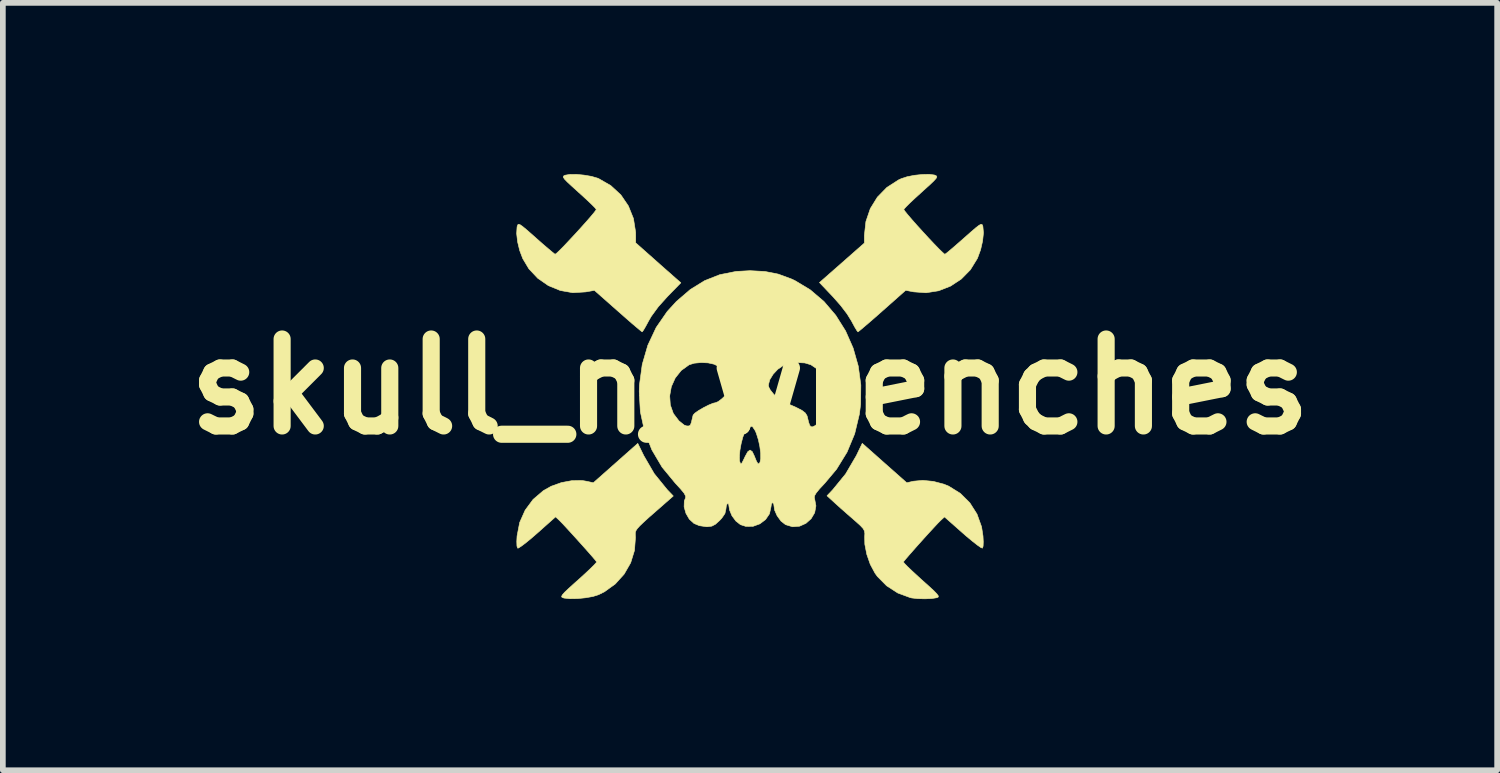
<source format=kicad_pcb>
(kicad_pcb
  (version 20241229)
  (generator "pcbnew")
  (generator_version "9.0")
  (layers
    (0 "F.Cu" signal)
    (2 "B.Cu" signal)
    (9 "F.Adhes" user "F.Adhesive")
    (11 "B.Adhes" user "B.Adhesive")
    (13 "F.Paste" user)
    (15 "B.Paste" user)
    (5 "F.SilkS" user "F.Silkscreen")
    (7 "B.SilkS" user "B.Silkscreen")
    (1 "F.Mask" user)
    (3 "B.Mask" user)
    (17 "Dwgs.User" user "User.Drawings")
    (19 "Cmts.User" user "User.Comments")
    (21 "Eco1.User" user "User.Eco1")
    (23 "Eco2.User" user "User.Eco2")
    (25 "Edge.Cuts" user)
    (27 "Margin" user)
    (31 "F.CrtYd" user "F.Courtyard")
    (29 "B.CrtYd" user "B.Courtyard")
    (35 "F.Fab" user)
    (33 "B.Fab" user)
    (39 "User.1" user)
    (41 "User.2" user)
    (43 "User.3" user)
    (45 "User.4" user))
  (footprint "skull_n_wrenches"
    (layer "F.Cu")
    (at 10.095 3.726)
    (property "Reference" "skull_n_wrenches" (at 0 0 0) (layer "F.SilkS") (effects (font (size 1.524 1.524) (thickness 0.3))))
    (attr through_hole)
    (fp_poly (pts (xy -1.862 1.21) (xy -1.679 1.525) (xy -1.451 1.806) (xy -1.445 1.812) (xy -1.345 1.917) (xy -1.483 2.038) (xy -1.646 2.181) (xy -1.773 2.292) (xy -1.866 2.377) (xy -1.932 2.44) (xy -1.975 2.487) (xy -1.999 2.524) (xy -2.01 2.556) (xy -2.011 2.589) (xy -2.009 2.628) (xy -2.008 2.644) (xy -2.025 2.871) (xy -2.092 3.088) (xy -2.206 3.286) (xy -2.361 3.458) (xy -2.552 3.596) (xy -2.653 3.646) (xy -2.753 3.678) (xy -2.885 3.701) (xy -3.026 3.715) (xy -3.157 3.717) (xy -3.259 3.706) (xy -3.272 3.702) (xy -3.296 3.692) (xy -3.303 3.676) (xy -3.288 3.648) (xy -3.248 3.603) (xy -3.176 3.535) (xy -3.069 3.438) (xy -3.011 3.387) (xy -2.899 3.285) (xy -2.804 3.196) (xy -2.733 3.126) (xy -2.694 3.083) (xy -2.688 3.073) (xy -2.709 3.044) (xy -2.761 2.983) (xy -2.835 2.898) (xy -2.925 2.797) (xy -3.022 2.689) (xy -3.119 2.582) (xy -3.208 2.485) (xy -3.281 2.406) (xy -3.331 2.355) (xy -3.338 2.348) (xy -3.408 2.282) (xy -3.726 2.565) (xy -3.839 2.663) (xy -3.937 2.743) (xy -4.015 2.801) (xy -4.062 2.83) (xy -4.072 2.831) (xy -4.085 2.795) (xy -4.088 2.715) (xy -4.083 2.618) (xy -4.037 2.381) (xy -3.941 2.165) (xy -3.802 1.977) (xy -3.623 1.824) (xy -3.485 1.746) (xy -3.306 1.682) (xy -3.117 1.647) (xy -2.939 1.646) (xy -2.862 1.659) (xy -2.746 1.685) (xy -1.967 0.995) (xy -1.862 1.21)) (stroke (width 0.01) (type solid)) (fill yes) (layer "F.SilkS"))
    (fp_poly (pts (xy 2.357 1.34) (xy 2.747 1.685) (xy 2.862 1.658) (xy 3.027 1.643) (xy 3.213 1.661) (xy 3.399 1.71) (xy 3.485 1.746) (xy 3.686 1.871) (xy 3.852 2.036) (xy 3.978 2.234) (xy 4.058 2.457) (xy 4.083 2.618) (xy 4.088 2.721) (xy 4.085 2.796) (xy 4.073 2.831) (xy 4.044 2.819) (xy 3.981 2.775) (xy 3.892 2.705) (xy 3.785 2.616) (xy 3.727 2.565) (xy 3.408 2.283) (xy 3.338 2.348) (xy 3.295 2.391) (xy 3.227 2.464) (xy 3.141 2.557) (xy 3.045 2.663) (xy 2.948 2.771) (xy 2.856 2.875) (xy 2.777 2.965) (xy 2.719 3.033) (xy 2.69 3.069) (xy 2.688 3.073) (xy 2.705 3.097) (xy 2.758 3.152) (xy 2.84 3.23) (xy 2.943 3.325) (xy 3.011 3.387) (xy 3.135 3.498) (xy 3.221 3.577) (xy 3.274 3.632) (xy 3.299 3.666) (xy 3.3 3.686) (xy 3.283 3.697) (xy 3.272 3.7) (xy 3.185 3.714) (xy 3.067 3.719) (xy 2.942 3.716) (xy 2.835 3.704) (xy 2.808 3.698) (xy 2.589 3.617) (xy 2.393 3.49) (xy 2.231 3.326) (xy 2.189 3.267) (xy 2.107 3.114) (xy 2.046 2.938) (xy 2.012 2.763) (xy 2.009 2.633) (xy 2.012 2.574) (xy 2.005 2.529) (xy 1.982 2.487) (xy 1.934 2.435) (xy 1.854 2.363) (xy 1.807 2.322) (xy 1.698 2.227) (xy 1.59 2.132) (xy 1.5 2.051) (xy 1.472 2.025) (xy 1.349 1.913) (xy 1.447 1.81) (xy 1.675 1.531) (xy 1.86 1.215) (xy 1.863 1.21) (xy 1.967 0.994) (xy 2.357 1.34)) (stroke (width 0.01) (type solid)) (fill yes) (layer "F.SilkS"))
    (fp_poly (pts (xy 3.23 -3.709) (xy 3.242 -3.705) (xy 3.266 -3.693) (xy 3.274 -3.676) (xy 3.26 -3.648) (xy 3.22 -3.604) (xy 3.149 -3.536) (xy 3.041 -3.439) (xy 3.003 -3.404) (xy 2.894 -3.305) (xy 2.802 -3.219) (xy 2.735 -3.152) (xy 2.699 -3.112) (xy 2.695 -3.105) (xy 2.713 -3.076) (xy 2.763 -3.014) (xy 2.836 -2.929) (xy 2.926 -2.827) (xy 3.026 -2.717) (xy 3.127 -2.607) (xy 3.224 -2.504) (xy 3.308 -2.417) (xy 3.373 -2.354) (xy 3.41 -2.322) (xy 3.416 -2.32) (xy 3.445 -2.341) (xy 3.507 -2.392) (xy 3.596 -2.468) (xy 3.702 -2.561) (xy 3.751 -2.604) (xy 3.872 -2.711) (xy 3.957 -2.784) (xy 4.013 -2.827) (xy 4.047 -2.845) (xy 4.066 -2.842) (xy 4.077 -2.822) (xy 4.081 -2.807) (xy 4.091 -2.695) (xy 4.076 -2.552) (xy 4.041 -2.399) (xy 3.988 -2.255) (xy 3.983 -2.244) (xy 3.862 -2.048) (xy 3.703 -1.886) (xy 3.515 -1.762) (xy 3.306 -1.68) (xy 3.085 -1.645) (xy 2.867 -1.661) (xy 2.728 -1.688) (xy 2.317 -1.324) (xy 2.189 -1.211) (xy 2.076 -1.113) (xy 1.984 -1.035) (xy 1.921 -0.982) (xy 1.892 -0.96) (xy 1.891 -0.96) (xy 1.872 -0.983) (xy 1.835 -1.044) (xy 1.788 -1.131) (xy 1.78 -1.147) (xy 1.7 -1.276) (xy 1.587 -1.424) (xy 1.452 -1.577) (xy 1.45 -1.579) (xy 1.217 -1.824) (xy 1.611 -2.17) (xy 2.004 -2.516) (xy 2.004 -2.649) (xy 2.031 -2.894) (xy 2.108 -3.12) (xy 2.232 -3.321) (xy 2.398 -3.491) (xy 2.603 -3.623) (xy 2.653 -3.646) (xy 2.755 -3.679) (xy 2.883 -3.704) (xy 3.018 -3.718) (xy 3.139 -3.721) (xy 3.23 -3.709)) (stroke (width 0.01) (type solid)) (fill yes) (layer "F.SilkS"))
    (fp_poly (pts (xy -2.909 -3.707) (xy -2.779 -3.685) (xy -2.67 -3.653) (xy -2.653 -3.646) (xy -2.441 -3.524) (xy -2.265 -3.362) (xy -2.132 -3.167) (xy -2.043 -2.946) (xy -2.005 -2.706) (xy -2.004 -2.651) (xy -2.004 -2.52) (xy -1.686 -2.238) (xy -1.568 -2.133) (xy -1.458 -2.036) (xy -1.367 -1.956) (xy -1.305 -1.901) (xy -1.29 -1.888) (xy -1.212 -1.82) (xy -1.446 -1.58) (xy -1.607 -1.401) (xy -1.73 -1.233) (xy -1.778 -1.15) (xy -1.827 -1.059) (xy -1.866 -0.992) (xy -1.889 -0.961) (xy -1.891 -0.96) (xy -1.915 -0.978) (xy -1.975 -1.028) (xy -2.064 -1.103) (xy -2.175 -1.2) (xy -2.301 -1.311) (xy -2.316 -1.324) (xy -2.727 -1.687) (xy -2.88 -1.66) (xy -3.106 -1.646) (xy -3.326 -1.685) (xy -3.534 -1.77) (xy -3.72 -1.899) (xy -3.876 -2.065) (xy -3.983 -2.244) (xy -4.037 -2.386) (xy -4.074 -2.539) (xy -4.09 -2.683) (xy -4.083 -2.799) (xy -4.081 -2.807) (xy -4.072 -2.834) (xy -4.058 -2.846) (xy -4.032 -2.839) (xy -3.988 -2.809) (xy -3.918 -2.751) (xy -3.816 -2.662) (xy -3.751 -2.604) (xy -3.64 -2.506) (xy -3.543 -2.423) (xy -3.468 -2.36) (xy -3.424 -2.325) (xy -3.416 -2.32) (xy -3.391 -2.337) (xy -3.336 -2.389) (xy -3.259 -2.467) (xy -3.167 -2.565) (xy -3.066 -2.673) (xy -2.965 -2.784) (xy -2.87 -2.89) (xy -2.789 -2.983) (xy -2.729 -3.055) (xy -2.698 -3.098) (xy -2.695 -3.105) (xy -2.715 -3.132) (xy -2.77 -3.188) (xy -2.853 -3.267) (xy -2.955 -3.361) (xy -3.003 -3.404) (xy -3.121 -3.511) (xy -3.203 -3.587) (xy -3.251 -3.637) (xy -3.272 -3.669) (xy -3.27 -3.689) (xy -3.251 -3.701) (xy -3.242 -3.705) (xy -3.16 -3.719) (xy -3.043 -3.72) (xy -2.909 -3.707)) (stroke (width 0.01) (type solid)) (fill yes) (layer "F.SilkS"))
    (fp_poly (pts (xy 0.262 -2.018) (xy 0.495 -1.972) (xy 0.721 -1.889) (xy 0.784 -1.86) (xy 1.055 -1.697) (xy 1.296 -1.492) (xy 1.503 -1.249) (xy 1.675 -0.975) (xy 1.807 -0.676) (xy 1.897 -0.359) (xy 1.942 -0.029) (xy 1.938 0.308) (xy 1.917 0.48) (xy 1.834 0.827) (xy 1.7 1.149) (xy 1.516 1.448) (xy 1.312 1.691) (xy 1.218 1.792) (xy 1.16 1.863) (xy 1.131 1.913) (xy 1.127 1.949) (xy 1.131 1.961) (xy 1.155 2.09) (xy 1.133 2.21) (xy 1.071 2.315) (xy 0.98 2.396) (xy 0.869 2.446) (xy 0.745 2.456) (xy 0.622 2.419) (xy 0.543 2.357) (xy 0.475 2.264) (xy 0.431 2.165) (xy 0.423 2.112) (xy 0.415 2.055) (xy 0.395 2.032) (xy 0.375 2.056) (xy 0.367 2.11) (xy 0.341 2.229) (xy 0.272 2.33) (xy 0.172 2.405) (xy 0.054 2.448) (xy -0.072 2.45) (xy -0.168 2.419) (xy -0.248 2.356) (xy -0.317 2.263) (xy -0.359 2.162) (xy -0.367 2.111) (xy -0.375 2.057) (xy -0.395 2.046) (xy -0.415 2.084) (xy -0.423 2.15) (xy -0.44 2.225) (xy -0.495 2.305) (xy -0.533 2.346) (xy -0.606 2.412) (xy -0.669 2.445) (xy -0.743 2.455) (xy -0.766 2.455) (xy -0.888 2.437) (xy -0.982 2.398) (xy -1.064 2.323) (xy -1.123 2.221) (xy -1.155 2.108) (xy -1.152 2.004) (xy -1.13 1.949) (xy -1.129 1.918) (xy -1.156 1.867) (xy -1.218 1.792) (xy -1.31 1.692) (xy -1.541 1.412) (xy -1.655 1.219) (xy -0.186 1.219) (xy -0.184 1.302) (xy -0.168 1.348) (xy -0.155 1.355) (xy -0.138 1.331) (xy -0.108 1.272) (xy -0.086 1.225) (xy -0.04 1.141) (xy 0.000356 1.112) (xy 0.039 1.139) (xy 0.079 1.223) (xy 0.084 1.237) (xy 0.113 1.308) (xy 0.139 1.35) (xy 0.147 1.355) (xy 0.174 1.33) (xy 0.187 1.263) (xy 0.186 1.166) (xy 0.172 1.052) (xy 0.147 0.934) (xy 0.112 0.822) (xy 0.091 0.772) (xy 0.044 0.702) (xy -0.005 0.689) (xy -0.056 0.732) (xy -0.089 0.791) (xy -0.127 0.887) (xy -0.156 1) (xy -0.177 1.115) (xy -0.186 1.219) (xy -1.655 1.219) (xy -1.72 1.109) (xy -1.848 0.785) (xy -1.922 0.442) (xy -1.938 0.161) (xy -1.408 0.161) (xy -1.397 0.322) (xy -1.344 0.471) (xy -1.247 0.599) (xy -1.238 0.606) (xy -1.15 0.677) (xy -1.088 0.701) (xy -1.048 0.679) (xy -1.028 0.628) (xy -1.01 0.55) (xy -0.997 0.498) (xy -0.967 0.465) (xy -0.9 0.418) (xy -0.814 0.368) (xy -0.725 0.323) (xy -0.647 0.291) (xy -0.605 0.282) (xy -0.557 0.262) (xy -0.491 0.211) (xy -0.421 0.144) (xy -0.361 0.075) (xy -0.328 0.019) (xy -0.327 0.014) (xy -0.329 -0.032) (xy 0.322 -0.032) (xy 0.324 0) (xy 0.352 0.054) (xy 0.407 0.124) (xy 0.476 0.195) (xy 0.543 0.252) (xy 0.595 0.281) (xy 0.603 0.282) (xy 0.643 0.294) (xy 0.718 0.324) (xy 0.81 0.365) (xy 0.911 0.417) (xy 0.969 0.462) (xy 0.998 0.509) (xy 1.004 0.528) (xy 1.027 0.625) (xy 1.046 0.678) (xy 1.067 0.701) (xy 1.092 0.706) (xy 1.135 0.687) (xy 1.199 0.639) (xy 1.242 0.599) (xy 1.343 0.462) (xy 1.397 0.306) (xy 1.406 0.141) (xy 1.373 -0.023) (xy 1.299 -0.174) (xy 1.185 -0.303) (xy 1.067 -0.383) (xy 0.961 -0.415) (xy 0.828 -0.422) (xy 0.691 -0.404) (xy 0.58 -0.368) (xy 0.486 -0.304) (xy 0.405 -0.217) (xy 0.346 -0.121) (xy 0.322 -0.032) (xy -0.329 -0.032) (xy -0.331 -0.075) (xy -0.376 -0.174) (xy -0.452 -0.271) (xy -0.549 -0.352) (xy -0.63 -0.393) (xy -0.733 -0.416) (xy -0.857 -0.422) (xy -0.976 -0.411) (xy -1.067 -0.383) (xy -1.206 -0.283) (xy -1.311 -0.151) (xy -1.379 0.000187) (xy -1.408 0.161) (xy -1.938 0.161) (xy -1.942 0.084) (xy -1.938 -0.028) (xy -1.889 -0.389) (xy -1.791 -0.725) (xy -1.645 -1.036) (xy -1.451 -1.317) (xy -1.29 -1.493) (xy -1.047 -1.702) (xy -0.796 -1.857) (xy -0.53 -1.962) (xy -0.244 -2.019) (xy 0 -2.032) (xy 0.262 -2.018)) (stroke (width 0.01) (type solid)) (fill yes) (layer "F.SilkS")))
  (gr_rect
    (start -3 -3)
    (end 23.189 10.449)
    (stroke (width 0.1) (type default))
    (fill no)
    (layer "Edge.Cuts")))
</source>
